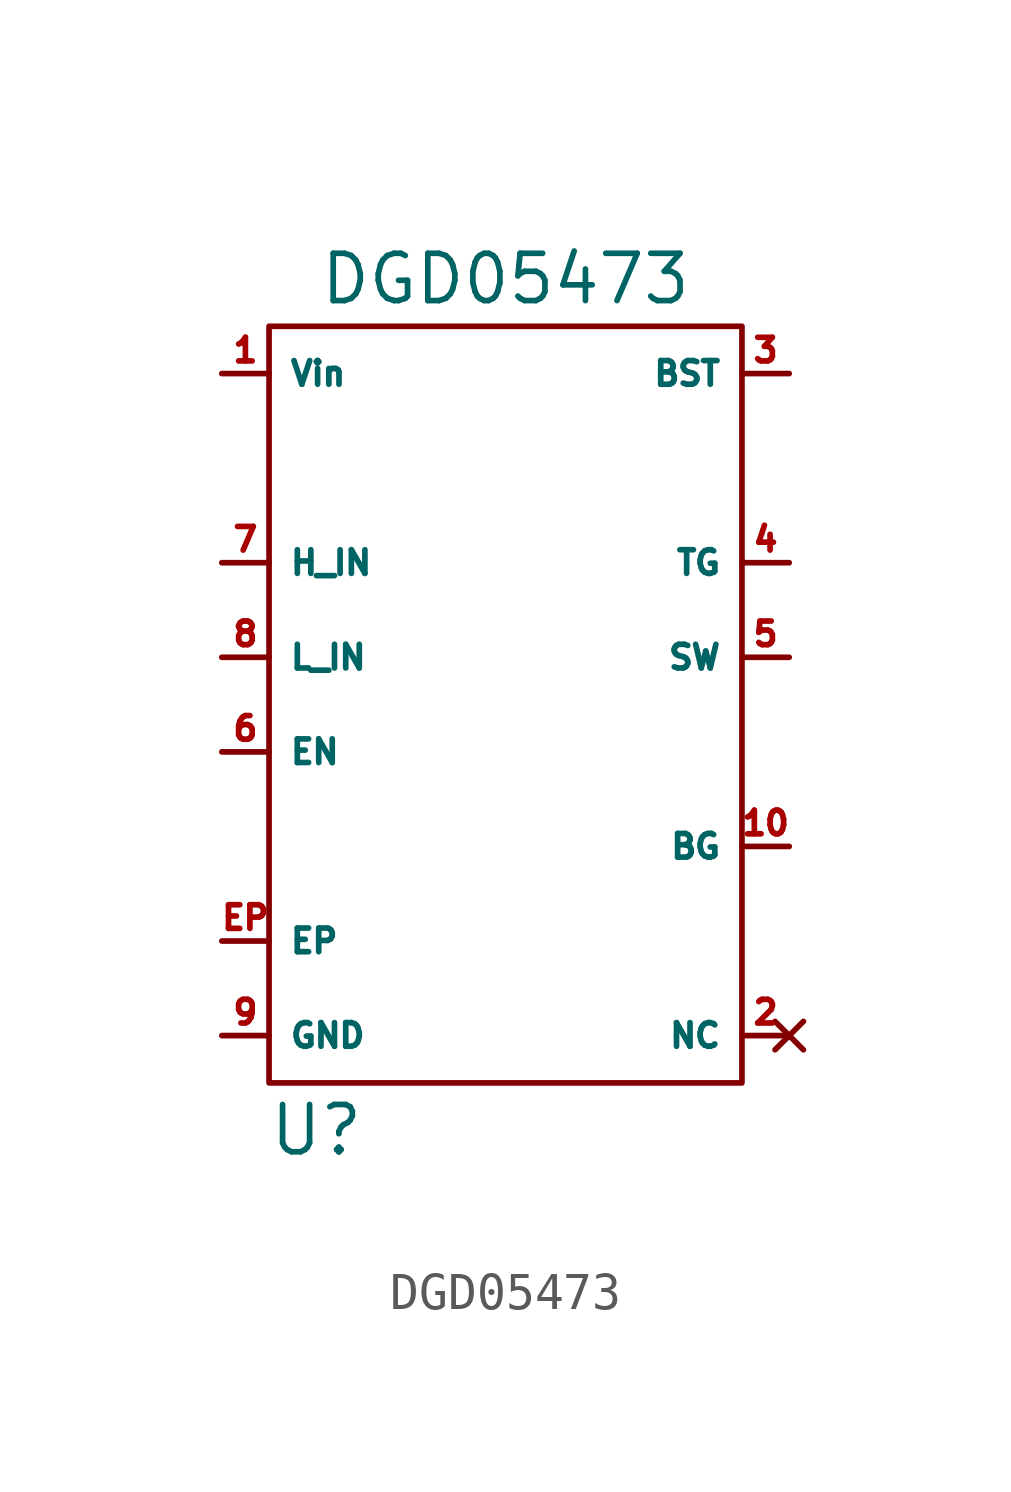
<source format=kicad_sym>
(kicad_symbol_lib
  (version 20211014)
  (generator kicad_symbol_editor)
  (symbol "DGD05473"
    (property "Reference" "U"
      (at -5.08 -12.7 0)
      (effects (font (size 1.27 1.27))))
    (property "Value" "DGD05473"
      (at 0 10.16 0)
      (effects (font (size 1.27 1.27))))
    (symbol "DGD05473_0_1"
      (rectangle (start -6.35 8.89) (end 6.35 -11.43) (stroke (width 0) (type default) (color 0 0 0 0)) (fill (type none))))
    (symbol "DGD05473_1_1"
      (pin power_in line (at -7.62 7.62 0) (length 1.27) (name "Vin" (effects (font (size 0.635 0.635)))) (number "1" (effects (font (size 0.635 0.635)))))
      (pin output line (at 7.62 -5.08 180) (length 1.27) (name "BG" (effects (font (size 0.635 0.635)))) (number "10" (effects (font (size 0.635 0.635)))))
      (pin no_connect line (at 7.62 -10.16 180) (length 1.27) (name "NC" (effects (font (size 0.635 0.635)))) (number "2" (effects (font (size 0.635 0.635)))))
      (pin power_in line (at 7.62 7.62 180) (length 1.27) (name "BST" (effects (font (size 0.635 0.635)))) (number "3" (effects (font (size 0.635 0.635)))))
      (pin output line (at 7.62 2.54 180) (length 1.27) (name "TG" (effects (font (size 0.635 0.635)))) (number "4" (effects (font (size 0.635 0.635)))))
      (pin power_in line (at 7.62 0 180) (length 1.27) (name "SW" (effects (font (size 0.635 0.635)))) (number "5" (effects (font (size 0.635 0.635)))))
      (pin input line (at -7.62 -2.54 0) (length 1.27) (name "EN" (effects (font (size 0.635 0.635)))) (number "6" (effects (font (size 0.635 0.635)))))
      (pin input line (at -7.62 2.54 0) (length 1.27) (name "H_IN" (effects (font (size 0.635 0.635)))) (number "7" (effects (font (size 0.635 0.635)))))
      (pin input line (at -7.62 0 0) (length 1.27) (name "L_IN" (effects (font (size 0.635 0.635)))) (number "8" (effects (font (size 0.635 0.635)))))
      (pin power_in line (at -7.62 -10.16 0) (length 1.27) (name "GND" (effects (font (size 0.635 0.635)))) (number "9" (effects (font (size 0.635 0.635)))))
      (pin passive line (at -7.62 -7.62 0) (length 1.27) (name "EP" (effects (font (size 0.635 0.635)))) (number "EP" (effects (font (size 0.635 0.635))))))))
</source>
